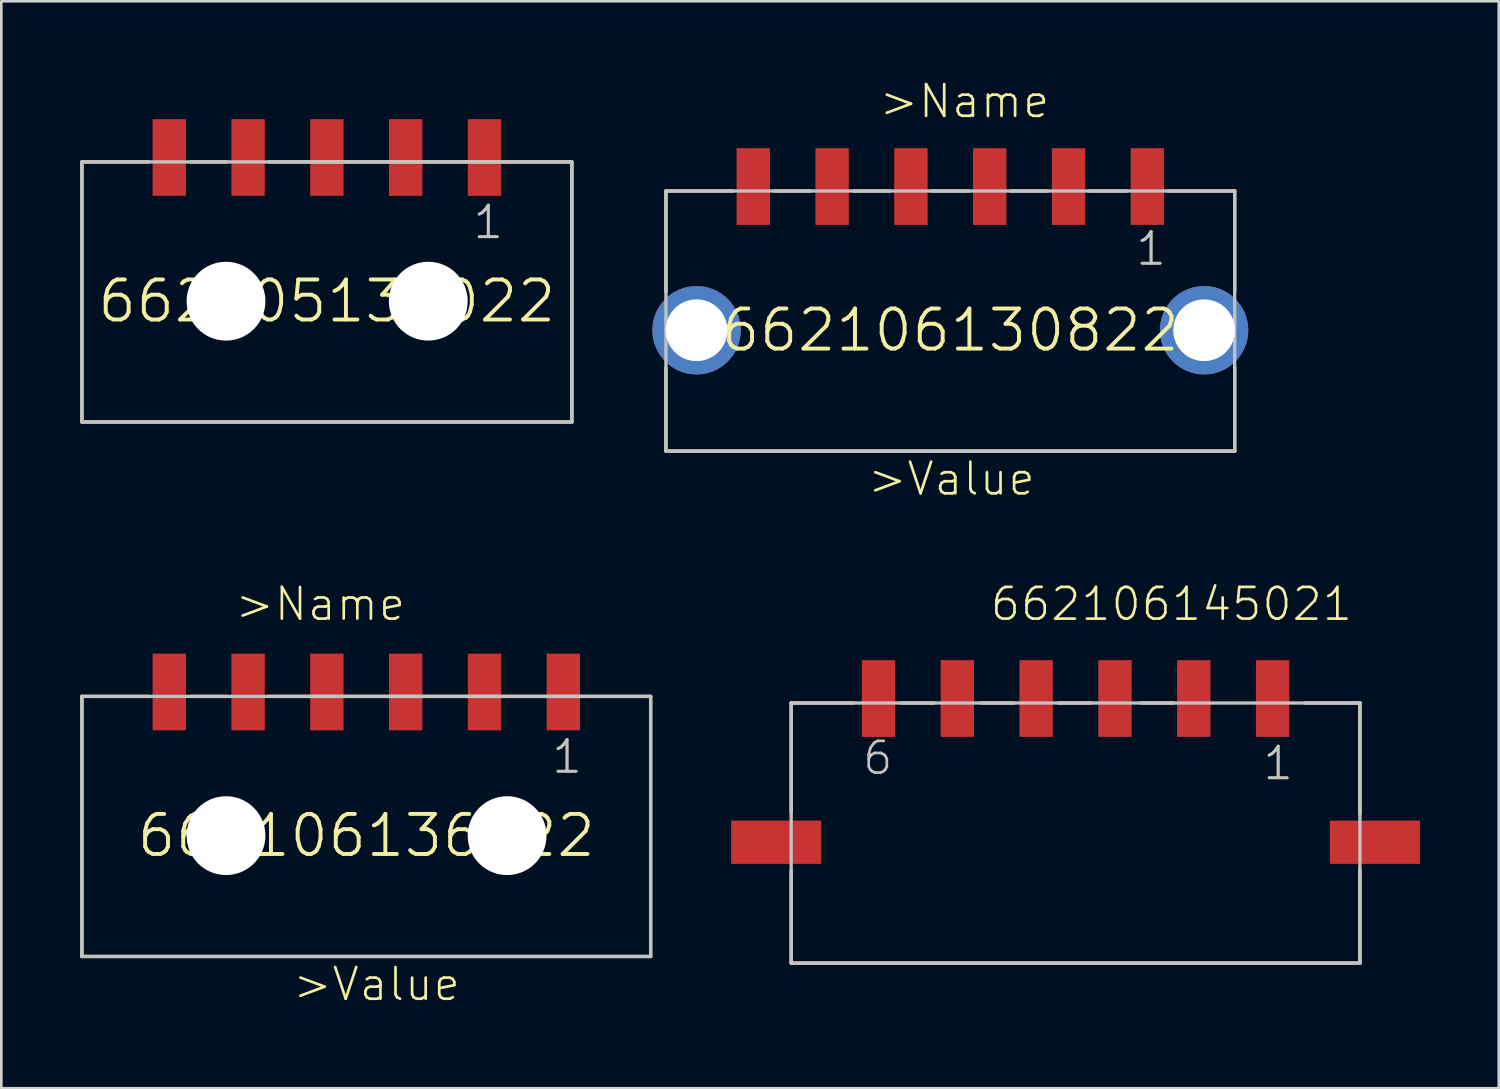
<source format=kicad_pcb>
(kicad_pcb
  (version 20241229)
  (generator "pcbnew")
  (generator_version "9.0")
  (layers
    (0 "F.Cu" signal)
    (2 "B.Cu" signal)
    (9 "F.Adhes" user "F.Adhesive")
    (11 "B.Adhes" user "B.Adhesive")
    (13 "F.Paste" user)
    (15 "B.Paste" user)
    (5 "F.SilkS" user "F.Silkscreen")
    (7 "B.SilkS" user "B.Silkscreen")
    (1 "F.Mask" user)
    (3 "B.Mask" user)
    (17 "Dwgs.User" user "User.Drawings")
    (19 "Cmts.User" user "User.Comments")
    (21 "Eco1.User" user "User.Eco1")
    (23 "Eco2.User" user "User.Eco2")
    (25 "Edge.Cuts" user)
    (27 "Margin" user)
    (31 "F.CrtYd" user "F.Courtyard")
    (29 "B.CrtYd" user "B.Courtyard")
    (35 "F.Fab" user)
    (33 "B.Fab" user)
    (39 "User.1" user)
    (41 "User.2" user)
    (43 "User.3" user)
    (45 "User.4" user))
  (footprint "662105136022"
    (layer "F.Cu")
    (at 9.393 8.415)
    (property "Reference" "662105136022" (at 0 0 0) (layer "F.SilkS") (effects (font (size 1.524 1.524) (thickness 0.15))))
    (attr through_hole)
    (fp_line (start -9.33 4.56) (end -9.325 4.56) (stroke (width 0.127) (type solid)) (layer "F.SilkS"))
    (fp_line (start -9.325 -5.3) (end -9.325 4.6) (stroke (width 0.127) (type solid)) (layer "F.SilkS"))
    (fp_line (start -9.325 4.6) (end 9.325 4.6) (stroke (width 0.127) (type solid)) (layer "F.SilkS"))
    (fp_line (start -6.78 -5.3) (end -9.325 -5.3) (stroke (width 0.127) (type solid)) (layer "F.SilkS"))
    (fp_line (start -5.2 -5.3) (end -3.8 -5.3) (stroke (width 0.127) (type solid)) (layer "F.SilkS"))
    (fp_line (start 9.325 -5.3) (end -2.22 -5.3) (stroke (width 0.127) (type solid)) (layer "F.SilkS"))
    (fp_line (start 9.325 4.6) (end 9.325 -5.3) (stroke (width 0.127) (type solid)) (layer "F.SilkS"))
    (fp_line (start -9.325 -5.3) (end 9.325 -5.3) (stroke (width 0.127) (type solid)) (layer "Dwgs.User"))
    (fp_line (start -9.325 4.56) (end -9.325 -5.3) (stroke (width 0.127) (type solid)) (layer "Dwgs.User"))
    (fp_line (start -9.325 4.6) (end 9.325 4.6) (stroke (width 0.127) (type solid)) (layer "Dwgs.User"))
    (fp_line (start 9.325 -5.3) (end 9.325 4.6) (stroke (width 0.127) (type solid)) (layer "Dwgs.User"))
    (fp_text user "" (at -1.36 6.36 0) (layer "F.SilkS") (effects (font (size 1.206 1.206) (thickness 0.102)) (justify left bottom)))
    (fp_text user "" (at -3.56 -8.11 0) (layer "F.SilkS") (effects (font (size 1.206 1.206) (thickness 0.102)) (justify left bottom)))
    (fp_text user "1" (at 5.5 -2.3 0) (layer "F.SilkS") (effects (font (size 1.206 1.206) (thickness 0.102)) (justify left bottom)))
    (fp_text user "1" (at 5.5 -2.3 0) (layer "Dwgs.User") (effects (font (size 1.206 1.206) (thickness 0.102)) (justify left bottom)))
    (pad "" np_thru_hole circle (at -3.84 0) (size 3 3) (drill 3) (layers "*.Cu"))
    (pad "" np_thru_hole circle (at 3.86 0) (size 3 3) (drill 3) (layers "*.Cu"))
    (pad "1" smd rect (at 6 -5.47 90) (size 2.92 1.27) (layers "F.Cu" "F.Mask" "F.Paste"))
    (pad "2" smd rect (at 3 -5.47 90) (size 2.92 1.27) (layers "F.Cu" "F.Mask" "F.Paste"))
    (pad "3" smd rect (at 0 -5.47 90) (size 2.92 1.27) (layers "F.Cu" "F.Mask" "F.Paste"))
    (pad "4" smd rect (at -3 -5.47 90) (size 2.92 1.27) (layers "F.Cu" "F.Mask" "F.Paste"))
    (pad "5" smd rect (at -6 -5.47 90) (size 2.92 1.27) (layers "F.Cu" "F.Mask" "F.Paste")))
  (footprint "662106130822"
    (layer "F.Cu")
    (at 33.125 9.521)
    (property "Reference" "662106130822" (at 0 0 0) (layer "F.SilkS") (effects (font (size 1.524 1.524) (thickness 0.15))))
    (attr through_hole)
    (fp_line (start -10.83 4.56) (end -10.825 4.56) (stroke (width 0.127) (type solid)) (layer "F.SilkS"))
    (fp_line (start -10.825 -1.47) (end -10.825 -5.3) (stroke (width 0.127) (type solid)) (layer "F.SilkS"))
    (fp_line (start -10.825 1.43) (end -10.825 4.6) (stroke (width 0.127) (type solid)) (layer "F.SilkS"))
    (fp_line (start -10.825 4.6) (end 10.825 4.6) (stroke (width 0.127) (type solid)) (layer "F.SilkS"))
    (fp_line (start -8.28 -5.3) (end -10.825 -5.3) (stroke (width 0.127) (type solid)) (layer "F.SilkS"))
    (fp_line (start -6.7 -5.3) (end -5.3 -5.3) (stroke (width 0.127) (type solid)) (layer "F.SilkS"))
    (fp_line (start -3.7 -5.3) (end -2.3 -5.3) (stroke (width 0.127) (type solid)) (layer "F.SilkS"))
    (fp_line (start -0.7 -5.3) (end 0.7 -5.3) (stroke (width 0.127) (type solid)) (layer "F.SilkS"))
    (fp_line (start 2.3 -5.3) (end 3.7 -5.3) (stroke (width 0.127) (type solid)) (layer "F.SilkS"))
    (fp_line (start 5.3 -5.3) (end 6.7 -5.3) (stroke (width 0.127) (type solid)) (layer "F.SilkS"))
    (fp_line (start 10.825 -5.3) (end 8.28 -5.3) (stroke (width 0.127) (type solid)) (layer "F.SilkS"))
    (fp_line (start 10.825 -1.47) (end 10.825 -5.3) (stroke (width 0.127) (type solid)) (layer "F.SilkS"))
    (fp_line (start 10.825 1.43) (end 10.825 4.6) (stroke (width 0.127) (type solid)) (layer "F.SilkS"))
    (fp_line (start -10.825 -5.3) (end 10.825 -5.3) (stroke (width 0.127) (type solid)) (layer "Dwgs.User"))
    (fp_line (start -10.825 4.56) (end -10.825 -5.3) (stroke (width 0.127) (type solid)) (layer "Dwgs.User"))
    (fp_line (start -10.825 4.6) (end 10.825 4.6) (stroke (width 0.127) (type solid)) (layer "Dwgs.User"))
    (fp_line (start 10.825 -5.3) (end 10.825 4.6) (stroke (width 0.127) (type solid)) (layer "Dwgs.User"))
    (fp_text user ">Name" (at -2.77 -8.01 0) (layer "F.SilkS") (effects (font (size 1.206 1.206) (thickness 0.102)) (justify left bottom)))
    (fp_text user "1" (at 7 -2.4 0) (layer "F.SilkS") (effects (font (size 1.206 1.206) (thickness 0.102)) (justify left bottom)))
    (fp_text user ">Value" (at -3.21 6.36 0) (layer "F.SilkS") (effects (font (size 1.206 1.206) (thickness 0.102)) (justify left bottom)))
    (fp_text user "1" (at 7 -2.4 0) (layer "Dwgs.User") (effects (font (size 1.206 1.206) (thickness 0.102)) (justify left bottom)))
    (pad "1" smd rect (at 7.5 -5.47 90) (size 2.92 1.27) (layers "F.Cu" "F.Mask" "F.Paste"))
    (pad "2" smd rect (at 4.5 -5.47 90) (size 2.92 1.27) (layers "F.Cu" "F.Mask" "F.Paste"))
    (pad "3" smd rect (at 1.5 -5.47 90) (size 2.92 1.27) (layers "F.Cu" "F.Mask" "F.Paste"))
    (pad "4" smd rect (at -1.5 -5.47 90) (size 2.92 1.27) (layers "F.Cu" "F.Mask" "F.Paste"))
    (pad "5" smd rect (at -4.5 -5.47 90) (size 2.92 1.27) (layers "F.Cu" "F.Mask" "F.Paste"))
    (pad "6" smd rect (at -7.5 -5.47 90) (size 2.92 1.27) (layers "F.Cu" "F.Mask" "F.Paste"))
    (pad "Z1" thru_hole circle (at -9.66 0) (size 3.366 3.366) (drill 2.35) (layers "*.Cu" "*.Mask"))
    (pad "Z2" thru_hole circle (at 9.66 0) (size 3.366 3.366) (drill 2.35) (layers "*.Cu" "*.Mask")))
  (footprint "662106145021"
    (layer "F.Cu")
    (at 37.892 29.01)
    (property "Reference" "662106145021" (at -3.31 -8.36 0) (layer "F.SilkS") (effects (font (size 1.206 1.206) (thickness 0.102)) (justify left bottom)))
    (attr through_hole)
    (fp_line (start -10.825 -5.3) (end -10.825 -1.13) (stroke (width 0.127) (type solid)) (layer "F.SilkS"))
    (fp_line (start -10.825 1.11) (end -10.825 4.6) (stroke (width 0.127) (type solid)) (layer "F.SilkS"))
    (fp_line (start -10.825 4.6) (end 10.825 4.6) (stroke (width 0.127) (type solid)) (layer "F.SilkS"))
    (fp_line (start -8.46 -5.3) (end -10.825 -5.3) (stroke (width 0.127) (type solid)) (layer "F.SilkS"))
    (fp_line (start -6.62 -5.3) (end -5.39 -5.3) (stroke (width 0.127) (type solid)) (layer "F.SilkS"))
    (fp_line (start -3.58 -5.3) (end -2.35 -5.3) (stroke (width 0.127) (type solid)) (layer "F.SilkS"))
    (fp_line (start -0.65 -5.3) (end 0.58 -5.3) (stroke (width 0.127) (type solid)) (layer "F.SilkS"))
    (fp_line (start 2.49 -5.3) (end 3.72 -5.3) (stroke (width 0.127) (type solid)) (layer "F.SilkS"))
    (fp_line (start 8.72 -5.3) (end 10.825 -5.3) (stroke (width 0.127) (type solid)) (layer "F.SilkS"))
    (fp_line (start 10.825 -5.3) (end 10.825 -1.07) (stroke (width 0.127) (type solid)) (layer "F.SilkS"))
    (fp_line (start 10.825 4.6) (end 10.825 1.05) (stroke (width 0.127) (type solid)) (layer "F.SilkS"))
    (fp_line (start -10.825 -5.3) (end 10.825 -5.3) (stroke (width 0.127) (type solid)) (layer "Dwgs.User"))
    (fp_line (start -10.825 4.6) (end -10.825 -5.3) (stroke (width 0.127) (type solid)) (layer "Dwgs.User"))
    (fp_line (start 10.825 -5.3) (end 10.825 4.6) (stroke (width 0.127) (type solid)) (layer "Dwgs.User"))
    (fp_line (start 10.825 4.6) (end -10.825 4.6) (stroke (width 0.127) (type solid)) (layer "Dwgs.User"))
    (fp_text user "1" (at 7.07 -2.3 0) (layer "F.SilkS") (effects (font (size 1.206 1.206) (thickness 0.102)) (justify left bottom)))
    (fp_text user "1" (at 7.07 -2.3 0) (layer "Dwgs.User") (effects (font (size 1.206 1.206) (thickness 0.102)) (justify left bottom)))
    (fp_text user "6" (at -8.17 -2.5 0) (layer "Dwgs.User") (effects (font (size 1.206 1.206) (thickness 0.102)) (justify left bottom)))
    (pad "1" smd rect (at 7.5 -5.47 90) (size 2.92 1.27) (layers "F.Cu" "F.Mask" "F.Paste"))
    (pad "2" smd rect (at 4.5 -5.47 90) (size 2.92 1.27) (layers "F.Cu" "F.Mask" "F.Paste"))
    (pad "3" smd rect (at 1.5 -5.47 90) (size 2.92 1.27) (layers "F.Cu" "F.Mask" "F.Paste"))
    (pad "4" smd rect (at -1.5 -5.47 90) (size 2.92 1.27) (layers "F.Cu" "F.Mask" "F.Paste"))
    (pad "5" smd rect (at -4.5 -5.47 90) (size 2.92 1.27) (layers "F.Cu" "F.Mask" "F.Paste"))
    (pad "6" smd rect (at -7.5 -5.47 90) (size 2.92 1.27) (layers "F.Cu" "F.Mask" "F.Paste"))
    (pad "M1" smd rect (at 11.395 0) (size 3.43 1.65) (layers "F.Cu" "F.Mask" "F.Paste"))
    (pad "M2" smd rect (at -11.395 0) (size 3.43 1.65) (layers "F.Cu" "F.Mask" "F.Paste")))
  (footprint "662106136022"
    (layer "F.Cu")
    (at 10.893 28.76)
    (property "Reference" "662106136022" (at 0 0 0) (layer "F.SilkS") (effects (font (size 1.524 1.524) (thickness 0.15))))
    (attr through_hole)
    (fp_line (start -10.83 4.56) (end -10.825 4.56) (stroke (width 0.127) (type solid)) (layer "F.SilkS"))
    (fp_line (start -10.825 -5.3) (end -10.825 4.6) (stroke (width 0.127) (type solid)) (layer "F.SilkS"))
    (fp_line (start -10.825 4.6) (end 10.825 4.6) (stroke (width 0.127) (type solid)) (layer "F.SilkS"))
    (fp_line (start -8.28 -5.3) (end -10.825 -5.3) (stroke (width 0.127) (type solid)) (layer "F.SilkS"))
    (fp_line (start -6.7 -5.3) (end -5.3 -5.3) (stroke (width 0.127) (type solid)) (layer "F.SilkS"))
    (fp_line (start 10.825 -5.3) (end -3.72 -5.3) (stroke (width 0.127) (type solid)) (layer "F.SilkS"))
    (fp_line (start 10.825 4.6) (end 10.825 -5.3) (stroke (width 0.127) (type solid)) (layer "F.SilkS"))
    (fp_line (start -10.825 -5.3) (end 10.825 -5.3) (stroke (width 0.127) (type solid)) (layer "Dwgs.User"))
    (fp_line (start -10.825 4.56) (end -10.825 -5.3) (stroke (width 0.127) (type solid)) (layer "Dwgs.User"))
    (fp_line (start -10.825 4.6) (end 10.825 4.6) (stroke (width 0.127) (type solid)) (layer "Dwgs.User"))
    (fp_line (start 10.825 -5.3) (end 10.825 4.6) (stroke (width 0.127) (type solid)) (layer "Dwgs.User"))
    (fp_text user "1" (at 7 -2.3 0) (layer "F.SilkS") (effects (font (size 1.206 1.206) (thickness 0.102)) (justify left bottom)))
    (fp_text user ">Value" (at -2.86 6.36 0) (layer "F.SilkS") (effects (font (size 1.206 1.206) (thickness 0.102)) (justify left bottom)))
    (fp_text user ">Name" (at -5.06 -8.11 0) (layer "F.SilkS") (effects (font (size 1.206 1.206) (thickness 0.102)) (justify left bottom)))
    (fp_text user "1" (at 7 -2.3 0) (layer "Dwgs.User") (effects (font (size 1.206 1.206) (thickness 0.102)) (justify left bottom)))
    (pad "" np_thru_hole circle (at -5.34 0) (size 3 3) (drill 3) (layers "*.Cu"))
    (pad "" np_thru_hole circle (at 5.36 0) (size 3 3) (drill 3) (layers "*.Cu"))
    (pad "1" smd rect (at 7.5 -5.47 90) (size 2.92 1.27) (layers "F.Cu" "F.Mask" "F.Paste"))
    (pad "2" smd rect (at 4.5 -5.47 90) (size 2.92 1.27) (layers "F.Cu" "F.Mask" "F.Paste"))
    (pad "3" smd rect (at 1.5 -5.47 90) (size 2.92 1.27) (layers "F.Cu" "F.Mask" "F.Paste"))
    (pad "4" smd rect (at -1.5 -5.47 90) (size 2.92 1.27) (layers "F.Cu" "F.Mask" "F.Paste"))
    (pad "5" smd rect (at -4.5 -5.47 90) (size 2.92 1.27) (layers "F.Cu" "F.Mask" "F.Paste"))
    (pad "6" smd rect (at -7.5 -5.47 90) (size 2.92 1.27) (layers "F.Cu" "F.Mask" "F.Paste")))
  (gr_rect
    (start -3 -3)
    (end 54.002 38.376)
    (stroke (width 0.1) (type default))
    (fill no)
    (layer "Edge.Cuts")))
</source>
